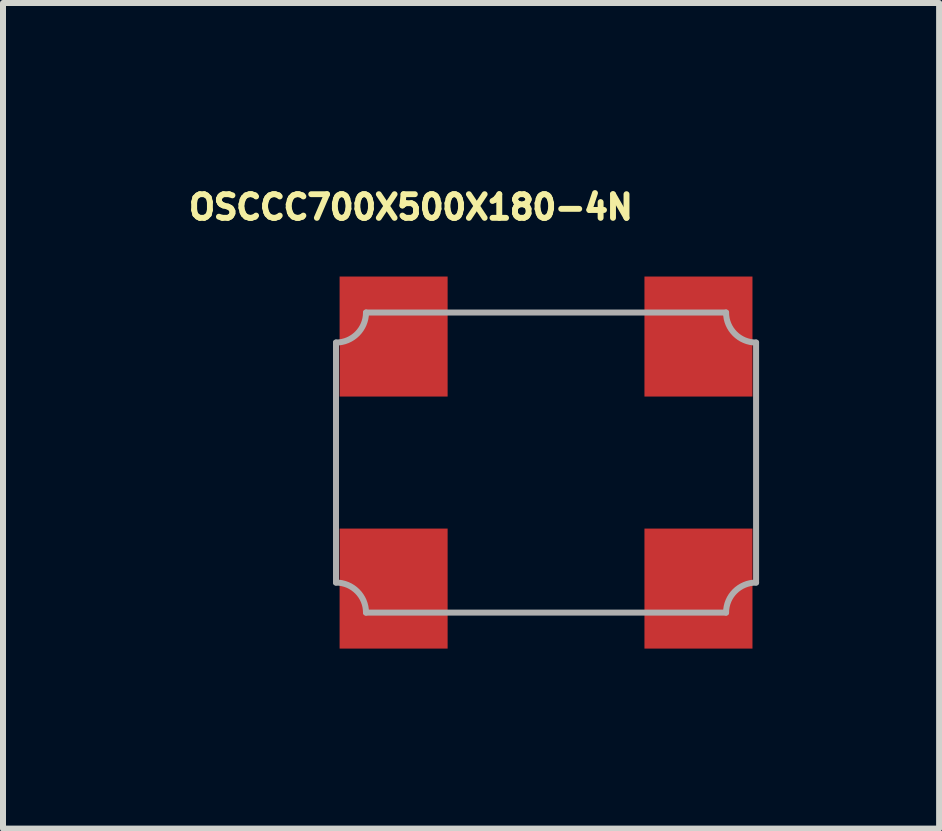
<source format=kicad_pcb>
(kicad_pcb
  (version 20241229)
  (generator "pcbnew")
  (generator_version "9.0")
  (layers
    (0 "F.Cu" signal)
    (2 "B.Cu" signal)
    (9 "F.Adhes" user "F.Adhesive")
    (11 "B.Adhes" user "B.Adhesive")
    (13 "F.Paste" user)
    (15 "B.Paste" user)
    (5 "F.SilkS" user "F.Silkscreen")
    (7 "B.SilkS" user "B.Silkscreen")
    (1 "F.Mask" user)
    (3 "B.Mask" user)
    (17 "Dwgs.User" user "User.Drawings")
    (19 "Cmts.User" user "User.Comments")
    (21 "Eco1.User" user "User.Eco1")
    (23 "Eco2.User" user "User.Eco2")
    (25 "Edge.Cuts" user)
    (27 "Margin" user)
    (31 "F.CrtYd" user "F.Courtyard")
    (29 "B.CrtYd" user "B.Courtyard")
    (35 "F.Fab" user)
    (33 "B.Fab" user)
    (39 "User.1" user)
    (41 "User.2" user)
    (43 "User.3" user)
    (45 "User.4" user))
  (footprint "OSCCC700X500X180-4N"
    (layer "F.Cu")
    (at 6.049 4.658)
    (property "Reference" "OSCCC700X500X180-4N" (at -2.252 -4.255 0) (layer "F.SilkS") (effects (font (size 0.394 0.394) (thickness 0.15))))
    (attr smd)
    (fp_line (start -3.5 -2) (end -3.5 2) (stroke (width 0.1) (type solid)) (layer "F.Fab"))
    (fp_line (start -3 2.5) (end 3 2.5) (stroke (width 0.1) (type solid)) (layer "F.Fab"))
    (fp_line (start 3 -2.5) (end -3 -2.5) (stroke (width 0.1) (type solid)) (layer "F.Fab"))
    (fp_line (start 3.5 2) (end 3.5 -2) (stroke (width 0.1) (type solid)) (layer "F.Fab"))
    (fp_arc (start -3.5 2) (mid -3.146447 2.146447) (end -3 2.5) (stroke (width 0.1) (type solid)) (layer "F.Fab"))
    (fp_arc (start -3 -2.5) (mid -3.146447 -2.146447) (end -3.5 -2) (stroke (width 0.1) (type solid)) (layer "F.Fab"))
    (fp_arc (start 3 2.5) (mid 3.146447 2.146447) (end 3.5 2) (stroke (width 0.1) (type solid)) (layer "F.Fab"))
    (fp_arc (start 3.5 -2) (mid 3.146447 -2.146447) (end 3 -2.5) (stroke (width 0.1) (type solid)) (layer "F.Fab"))
    (pad "1" smd rect (at -2.54 2.1) (size 1.8 2) (layers "F.Cu" "F.Mask" "F.Paste"))
    (pad "2" smd rect (at 2.54 2.1) (size 1.8 2) (layers "F.Cu" "F.Mask" "F.Paste"))
    (pad "3" smd rect (at 2.54 -2.1) (size 1.8 2) (layers "F.Cu" "F.Mask" "F.Paste"))
    (pad "4" smd rect (at -2.54 -2.1) (size 1.8 2) (layers "F.Cu" "F.Mask" "F.Paste")))
  (gr_rect
    (start -3 -3)
    (end 12.599 10.758)
    (stroke (width 0.1) (type default))
    (fill no)
    (layer "Edge.Cuts")))
</source>
